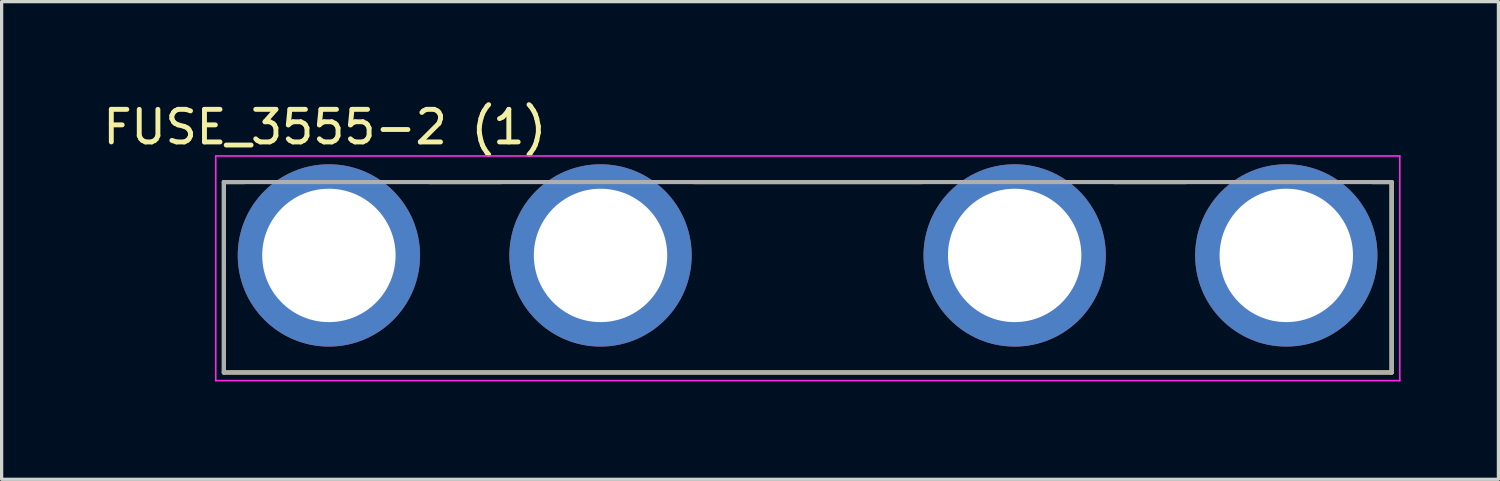
<source format=kicad_pcb>
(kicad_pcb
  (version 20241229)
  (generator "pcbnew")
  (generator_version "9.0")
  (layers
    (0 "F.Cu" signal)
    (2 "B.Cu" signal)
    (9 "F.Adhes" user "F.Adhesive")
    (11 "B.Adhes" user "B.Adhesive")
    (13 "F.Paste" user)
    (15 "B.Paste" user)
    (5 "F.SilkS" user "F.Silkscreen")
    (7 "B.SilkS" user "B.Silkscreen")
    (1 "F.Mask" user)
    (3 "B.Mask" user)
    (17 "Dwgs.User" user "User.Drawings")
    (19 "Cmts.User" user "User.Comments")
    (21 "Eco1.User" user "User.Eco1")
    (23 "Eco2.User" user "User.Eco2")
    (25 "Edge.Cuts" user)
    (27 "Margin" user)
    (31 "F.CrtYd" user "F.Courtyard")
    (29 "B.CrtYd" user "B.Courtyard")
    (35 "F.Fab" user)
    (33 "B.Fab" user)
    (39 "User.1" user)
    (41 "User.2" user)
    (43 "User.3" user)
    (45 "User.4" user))
  (footprint "FUSE_3555-2 (1)"
    (layer "F.Cu")
    (at 21.721 4.783)
    (property "Reference" "FUSE_3555-2 (1)" (at -14.81 -3.935 0) (layer "F.SilkS") (effects (font (size 1 1) (thickness 0.15))))
    (attr through_hole)
    (fp_line (start -17.905 -2.25) (end -17.905 3.59) (stroke (width 0.127) (type solid)) (layer "F.SilkS"))
    (fp_line (start -17.905 3.59) (end 17.905 3.59) (stroke (width 0.127) (type solid)) (layer "F.SilkS"))
    (fp_line (start -17.285 -2.25) (end -17.905 -2.25) (stroke (width 0.127) (type solid)) (layer "F.SilkS"))
    (fp_line (start -11.6 -2.25) (end -9.4 -2.25) (stroke (width 0.127) (type solid)) (layer "F.SilkS"))
    (fp_line (start -3.5 -2.25) (end 3.5 -2.25) (stroke (width 0.127) (type solid)) (layer "F.SilkS"))
    (fp_line (start 9.4 -2.25) (end 11.6 -2.25) (stroke (width 0.127) (type solid)) (layer "F.SilkS"))
    (fp_line (start 17.905 -2.25) (end 17.315 -2.25) (stroke (width 0.127) (type solid)) (layer "F.SilkS"))
    (fp_line (start 17.905 3.59) (end 17.905 -2.25) (stroke (width 0.127) (type solid)) (layer "F.SilkS"))
    (fp_line (start -18.155 -3.05) (end 18.155 -3.05) (stroke (width 0.05) (type solid)) (layer "F.CrtYd"))
    (fp_line (start -18.155 3.84) (end -18.155 -3.05) (stroke (width 0.05) (type solid)) (layer "F.CrtYd"))
    (fp_line (start 18.155 -3.05) (end 18.155 3.84) (stroke (width 0.05) (type solid)) (layer "F.CrtYd"))
    (fp_line (start 18.155 3.84) (end -18.155 3.84) (stroke (width 0.05) (type solid)) (layer "F.CrtYd"))
    (fp_line (start -17.905 -2.25) (end 17.905 -2.25) (stroke (width 0.127) (type solid)) (layer "F.Fab"))
    (fp_line (start -17.905 3.59) (end -17.905 -2.25) (stroke (width 0.127) (type solid)) (layer "F.Fab"))
    (fp_line (start 17.905 -2.25) (end 17.905 3.59) (stroke (width 0.127) (type solid)) (layer "F.Fab"))
    (fp_line (start 17.905 3.59) (end -17.905 3.59) (stroke (width 0.127) (type solid)) (layer "F.Fab"))
    (pad "1_1" thru_hole circle (at -14.685 0) (size 5.59 5.59) (drill 4.09) (layers "*.Cu" "*.Mask"))
    (pad "1_2" thru_hole circle (at -6.355 0) (size 5.59 5.59) (drill 4.09) (layers "*.Cu" "*.Mask"))
    (pad "2_1" thru_hole circle (at 6.345 0) (size 5.59 5.59) (drill 4.09) (layers "*.Cu" "*.Mask"))
    (pad "2_2" thru_hole circle (at 14.675 0) (size 5.59 5.59) (drill 4.09) (layers "*.Cu" "*.Mask")))
  (gr_rect
    (start -3 -3)
    (end 42.901 11.648)
    (stroke (width 0.1) (type default))
    (fill no)
    (layer "Edge.Cuts")))
</source>
